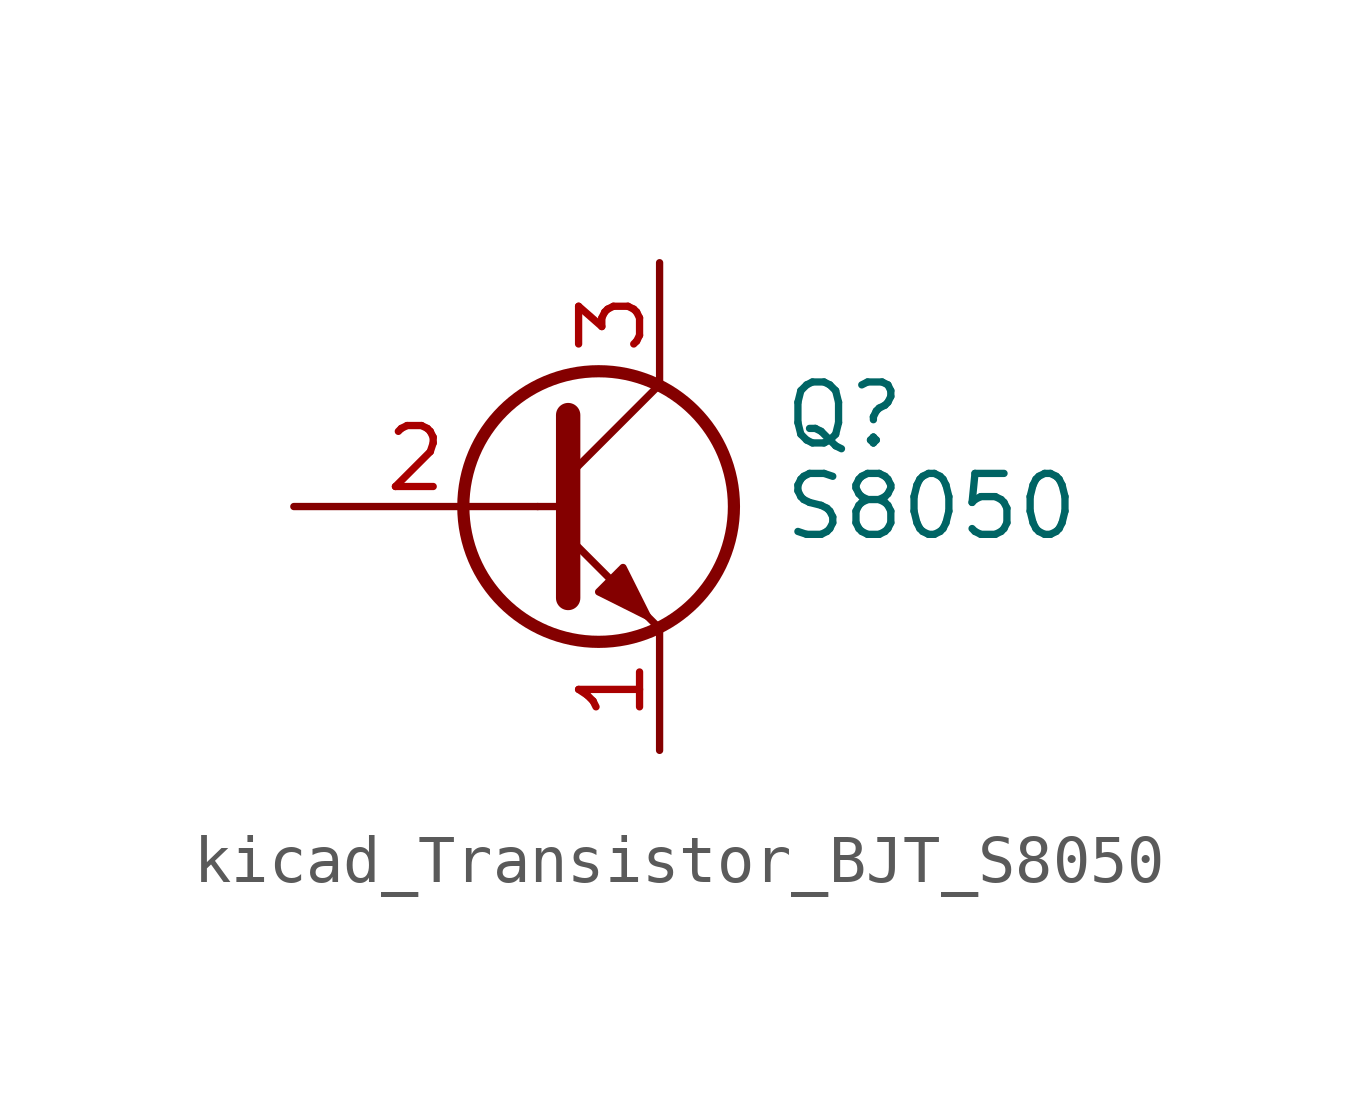
<source format=kicad_sym>
(kicad_symbol_lib
  (version 20220914)
  (generator kicad_symbol_editor)
  (symbol "kicad_Transistor_BJT_S8050"
    (pin_names
      (offset 0) hide)
    (property "Reference" "Q"
      (at 5.08 1.905 0)
      (effects (font (size 1.27 1.27)) (justify left)))
    (property "Value" "S8050"
      (at 5.08 0 0)
      (effects (font (size 1.27 1.27)) (justify left)))
    (symbol "kicad_Transistor_BJT_S8050_0_1"
      (polyline (pts (xy 0 0) (xy 0.635 0)) (stroke (width 0) (type default)) (fill (type none)))
      (polyline (pts (xy 0.635 0.635) (xy 2.54 2.54)) (stroke (width 0) (type default)) (fill (type none)))
      (polyline (pts (xy 0.635 -0.635) (xy 2.54 -2.54) (xy 2.54 -2.54)) (stroke (width 0) (type default)) (fill (type none)))
      (polyline (pts (xy 0.635 1.905) (xy 0.635 -1.905) (xy 0.635 -1.905)) (stroke (width 0.508) (type default)) (fill (type none)))
      (polyline (pts (xy 1.27 -1.778) (xy 1.778 -1.27) (xy 2.286 -2.286) (xy 1.27 -1.778) (xy 1.27 -1.778)) (stroke (width 0) (type default)) (fill (type outline)))
      (circle (center 1.27 0) (radius 2.819) (stroke (width 0.254) (type default)) (fill (type none))))
    (symbol "kicad_Transistor_BJT_S8050_1_1"
      (pin passive line (at 2.54 -5.08 90) (length 2.54) (name "E" (effects (font (size 1.27 1.27)))) (number "1" (effects (font (size 1.27 1.27)))))
      (pin input line (at -5.08 0 0) (length 5.08) (name "B" (effects (font (size 1.27 1.27)))) (number "2" (effects (font (size 1.27 1.27)))))
      (pin passive line (at 2.54 5.08 270) (length 2.54) (name "C" (effects (font (size 1.27 1.27)))) (number "3" (effects (font (size 1.27 1.27))))))))
</source>
